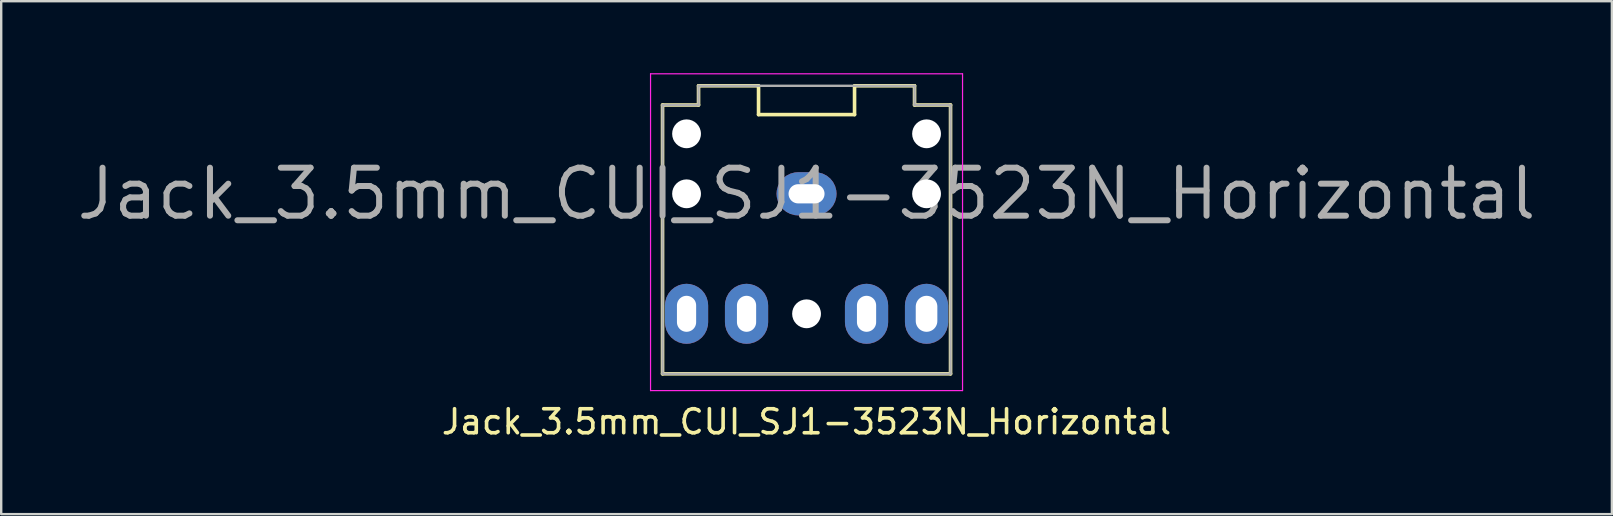
<source format=kicad_pcb>
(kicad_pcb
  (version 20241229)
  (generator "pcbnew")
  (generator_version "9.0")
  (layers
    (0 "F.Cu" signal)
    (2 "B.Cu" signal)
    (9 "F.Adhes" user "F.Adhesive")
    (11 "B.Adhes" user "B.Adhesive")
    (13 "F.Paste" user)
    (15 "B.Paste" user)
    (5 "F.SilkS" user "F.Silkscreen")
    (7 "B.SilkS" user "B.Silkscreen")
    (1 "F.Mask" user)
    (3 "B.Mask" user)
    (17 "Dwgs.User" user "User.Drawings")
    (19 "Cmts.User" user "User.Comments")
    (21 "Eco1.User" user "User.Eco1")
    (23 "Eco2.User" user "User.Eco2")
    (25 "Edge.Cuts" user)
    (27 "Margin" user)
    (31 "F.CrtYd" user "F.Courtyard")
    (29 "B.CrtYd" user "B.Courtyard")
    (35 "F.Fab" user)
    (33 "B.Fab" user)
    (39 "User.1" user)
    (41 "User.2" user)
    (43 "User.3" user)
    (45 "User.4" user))
  (footprint "Jack_3.5mm_CUI_SJ1-3523N_Horizontal"
    (layer "F.Cu")
    (at 30.556 5.025)
    (property "Reference" "Jack_3.5mm_CUI_SJ1-3523N_Horizontal" (at 0 9.5 0) (layer "F.SilkS") (effects (font (size 1 1) (thickness 0.15))))
    (attr through_hole)
    (fp_line (start -6 -3.7) (end -4.5 -3.7) (stroke (width 0.15) (type solid)) (layer "F.SilkS"))
    (fp_line (start -6 7.5) (end -6 -3.7) (stroke (width 0.15) (type solid)) (layer "F.SilkS"))
    (fp_line (start -4.5 -4.5) (end -2 -4.5) (stroke (width 0.15) (type solid)) (layer "F.SilkS"))
    (fp_line (start -4.5 -3.7) (end -4.5 -4.5) (stroke (width 0.15) (type solid)) (layer "F.SilkS"))
    (fp_line (start -2 -4.5) (end -2 -3.3) (stroke (width 0.15) (type solid)) (layer "F.SilkS"))
    (fp_line (start -2 -3.3) (end 2 -3.3) (stroke (width 0.15) (type solid)) (layer "F.SilkS"))
    (fp_line (start 2 -4.5) (end 4.5 -4.5) (stroke (width 0.15) (type solid)) (layer "F.SilkS"))
    (fp_line (start 2 -3.3) (end 2 -4.5) (stroke (width 0.15) (type solid)) (layer "F.SilkS"))
    (fp_line (start 4.5 -4.5) (end 4.5 -3.7) (stroke (width 0.15) (type solid)) (layer "F.SilkS"))
    (fp_line (start 4.5 -3.7) (end 6 -3.7) (stroke (width 0.15) (type solid)) (layer "F.SilkS"))
    (fp_line (start 6 -3.7) (end 6 7.5) (stroke (width 0.15) (type solid)) (layer "F.SilkS"))
    (fp_line (start 6 7.5) (end -6 7.5) (stroke (width 0.15) (type solid)) (layer "F.SilkS"))
    (fp_line (start -6.5 -5) (end -6.5 8.2) (stroke (width 0.05) (type solid)) (layer "F.CrtYd"))
    (fp_line (start -6.5 8.2) (end 6.5 8.2) (stroke (width 0.05) (type solid)) (layer "F.CrtYd"))
    (fp_line (start 6.5 -5) (end -6.5 -5) (stroke (width 0.05) (type solid)) (layer "F.CrtYd"))
    (fp_line (start 6.5 8.2) (end 6.5 -5) (stroke (width 0.05) (type solid)) (layer "F.CrtYd"))
    (fp_line (start -6 -3.7) (end -4.5 -3.7) (stroke (width 0.1) (type solid)) (layer "F.Fab"))
    (fp_line (start -6 7.5) (end -6 -3.7) (stroke (width 0.1) (type solid)) (layer "F.Fab"))
    (fp_line (start -4.5 -4.5) (end 4.5 -4.5) (stroke (width 0.1) (type solid)) (layer "F.Fab"))
    (fp_line (start -4.5 -3.7) (end -4.5 -4.5) (stroke (width 0.1) (type solid)) (layer "F.Fab"))
    (fp_line (start 4.5 -4.5) (end 4.5 -3.7) (stroke (width 0.1) (type solid)) (layer "F.Fab"))
    (fp_line (start 4.5 -3.7) (end 6 -3.7) (stroke (width 0.1) (type solid)) (layer "F.Fab"))
    (fp_line (start 6 -3.7) (end 6 7.5) (stroke (width 0.1) (type solid)) (layer "F.Fab"))
    (fp_line (start 6 7.5) (end -6 7.5) (stroke (width 0.1) (type solid)) (layer "F.Fab"))
    (fp_text user "${REFERENCE}" (at 0 0 0) (layer "F.Fab") (effects (font (size 2 2) (thickness 0.25))))
    (pad "" np_thru_hole circle (at -5 -2.5) (size 1.2 1.2) (drill 1.2) (layers "*.Cu" "*.Mask"))
    (pad "" np_thru_hole circle (at -5 0) (size 1.2 1.2) (drill 1.2) (layers "*.Cu" "*.Mask"))
    (pad "" np_thru_hole circle (at 0 5) (size 1.2 1.2) (drill 1.2) (layers "*.Cu" "*.Mask"))
    (pad "" np_thru_hole circle (at 5 -2.5) (size 1.2 1.2) (drill 1.2) (layers "*.Cu" "*.Mask"))
    (pad "" np_thru_hole circle (at 5 0) (size 1.2 1.2) (drill 1.2) (layers "*.Cu" "*.Mask"))
    (pad "1" thru_hole roundrect (at 0 0) (size 2.5 1.8) (drill oval 1.5 0.8) (layers "*.Cu" "*.Mask") (roundrect_rratio 0.5))
    (pad "2" thru_hole roundrect (at -5 5) (size 1.8 2.5) (drill oval 0.8 1.5) (layers "*.Cu" "*.Mask") (roundrect_rratio 0.5))
    (pad "3" thru_hole roundrect (at 5 5) (size 1.8 2.5) (drill oval 0.9 1.5) (layers "*.Cu" "*.Mask") (roundrect_rratio 0.5))
    (pad "10" thru_hole roundrect (at -2.5 5) (size 1.8 2.5) (drill oval 0.8 1.5) (layers "*.Cu" "*.Mask") (roundrect_rratio 0.5))
    (pad "11" thru_hole roundrect (at 2.5 5) (size 1.8 2.5) (drill oval 0.8 1.5) (layers "*.Cu" "*.Mask") (roundrect_rratio 0.5)))
  (gr_rect
    (start -3 -3)
    (end 64.112 18.373)
    (stroke (width 0.1) (type default))
    (fill no)
    (layer "Edge.Cuts")))
</source>
